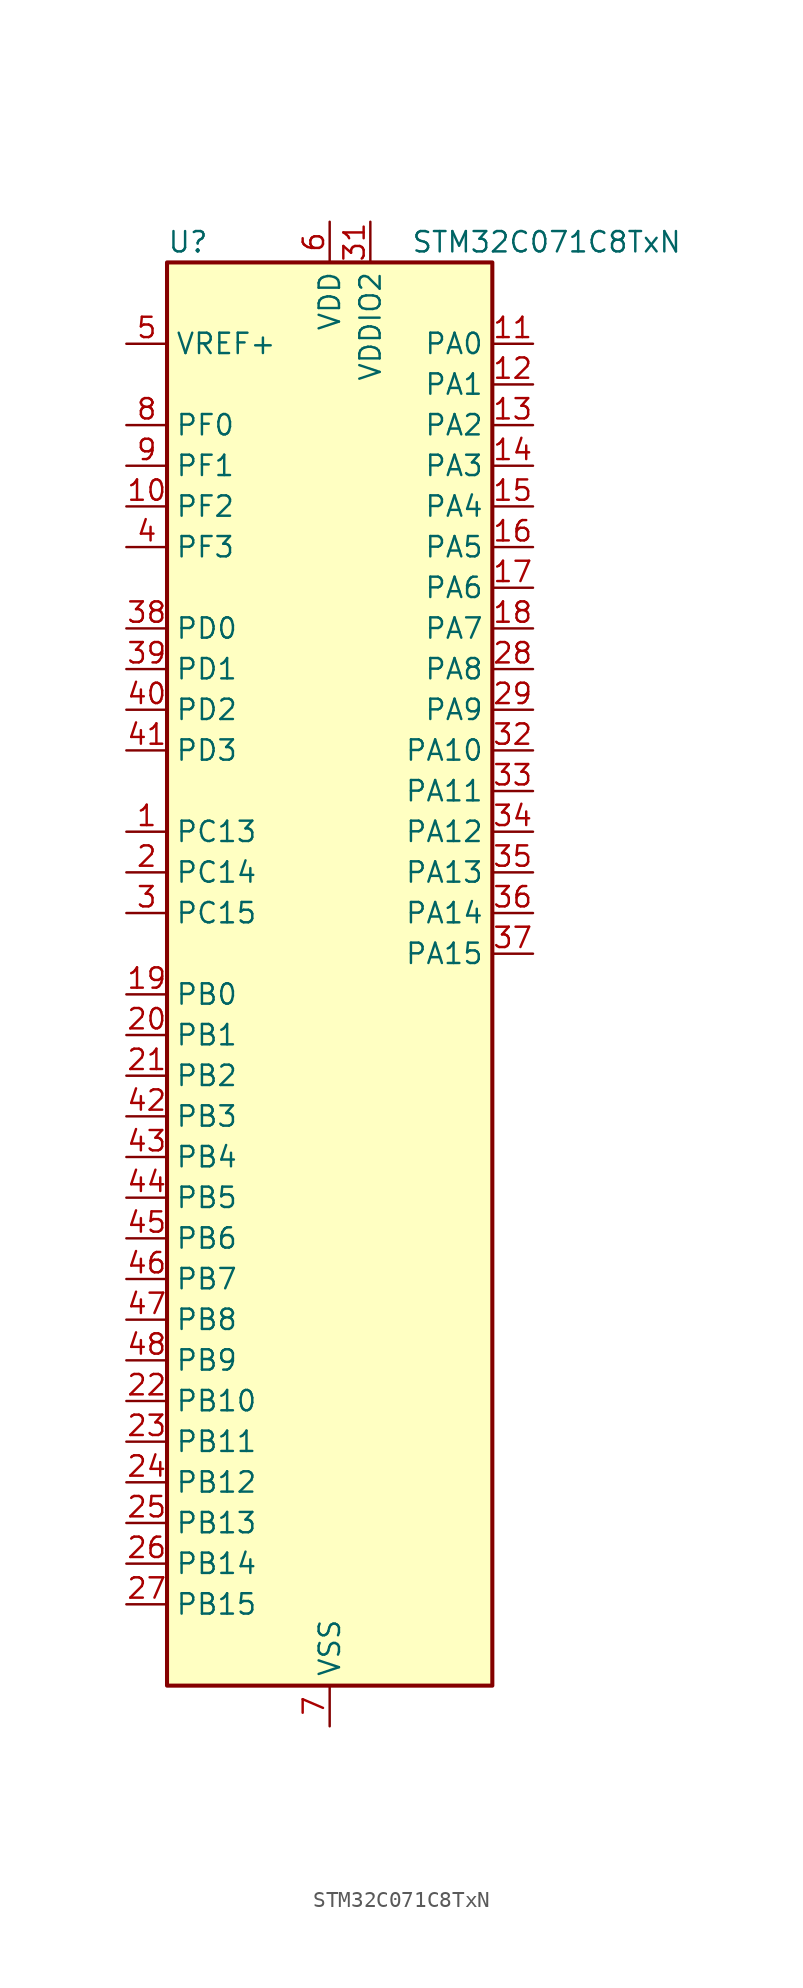
<source format=kicad_sym>
(kicad_symbol_lib
  (version 20241209)
  (generator "kicad_symbol_editor")
  (generator_version "9.0")
  (symbol "STM32C071C8TxN"
    (property "Reference" "U"
      (at -10.16 46.99 0)
      (effects (font (size 1.27 1.27)) (justify left)))
    (property "Value" "STM32C071C8TxN"
      (at 5.08 46.99 0)
      (effects (font (size 1.27 1.27)) (justify left)))
    (symbol "STM32C071C8TxN_0_1"
      (rectangle (start -10.16 -43.18) (end 10.16 45.72) (stroke (width 0.254) (type default)) (fill (type background))))
    (symbol "STM32C071C8TxN_1_1"
      (pin input line (at -12.7 40.64 0) (length 2.54) (name "VREF+" (effects (font (size 1.27 1.27)))) (number "5" (effects (font (size 1.27 1.27)))))
      (pin bidirectional line (at -12.7 35.56 0) (length 2.54) (name "PF0" (effects (font (size 1.27 1.27)))) (number "8" (effects (font (size 1.27 1.27)))) (alternate "CRS_SYNC" bidirectional line) (alternate "RCC_OSC_IN" bidirectional line) (alternate "TIM14_CH1" bidirectional line))
      (pin bidirectional line (at -12.7 33.02 0) (length 2.54) (name "PF1" (effects (font (size 1.27 1.27)))) (number "9" (effects (font (size 1.27 1.27)))) (alternate "RCC_OSC_EN" bidirectional line) (alternate "RCC_OSC_OUT" bidirectional line))
      (pin bidirectional line (at -12.7 30.48 0) (length 2.54) (name "PF2" (effects (font (size 1.27 1.27)))) (number "10" (effects (font (size 1.27 1.27)))) (alternate "RCC_MCO" bidirectional line) (alternate "TIM1_CH4" bidirectional line))
      (pin bidirectional line (at -12.7 27.94 0) (length 2.54) (name "PF3" (effects (font (size 1.27 1.27)))) (number "4" (effects (font (size 1.27 1.27)))))
      (pin bidirectional line (at -12.7 22.86 0) (length 2.54) (name "PD0" (effects (font (size 1.27 1.27)))) (number "38" (effects (font (size 1.27 1.27)))) (alternate "SPI2_NSS" bidirectional line) (alternate "TIM16_CH1" bidirectional line))
      (pin bidirectional line (at -12.7 20.32 0) (length 2.54) (name "PD1" (effects (font (size 1.27 1.27)))) (number "39" (effects (font (size 1.27 1.27)))) (alternate "SPI2_SCK" bidirectional line) (alternate "TIM17_CH1" bidirectional line))
      (pin bidirectional line (at -12.7 17.78 0) (length 2.54) (name "PD2" (effects (font (size 1.27 1.27)))) (number "40" (effects (font (size 1.27 1.27)))) (alternate "TIM1_CH1N" bidirectional line) (alternate "TIM3_ETR" bidirectional line))
      (pin bidirectional line (at -12.7 15.24 0) (length 2.54) (name "PD3" (effects (font (size 1.27 1.27)))) (number "41" (effects (font (size 1.27 1.27)))) (alternate "SPI2_MISO" bidirectional line) (alternate "TIM1_CH2N" bidirectional line) (alternate "USART2_CTS" bidirectional line) (alternate "USART2_NSS" bidirectional line))
      (pin bidirectional line (at -12.7 10.16 0) (length 2.54) (name "PC13" (effects (font (size 1.27 1.27)))) (number "1" (effects (font (size 1.27 1.27)))) (alternate "PWR_WKUP2" bidirectional line) (alternate "RTC_OUT1" bidirectional line) (alternate "RTC_TS" bidirectional line) (alternate "TIM1_BKIN" bidirectional line) (alternate "TIM1_ETR" bidirectional line))
      (pin bidirectional line (at -12.7 7.62 0) (length 2.54) (name "PC14" (effects (font (size 1.27 1.27)))) (number "2" (effects (font (size 1.27 1.27)))) (alternate "I2C1_SDA" bidirectional line) (alternate "IR_OUT" bidirectional line) (alternate "RCC_OSCX_IN" bidirectional line) (alternate "SPI2_NSS" bidirectional line) (alternate "TIM17_CH1" bidirectional line) (alternate "TIM1_BKIN2" bidirectional line) (alternate "TIM1_ETR" bidirectional line) (alternate "TIM3_CH2" bidirectional line) (alternate "USART1_TX" bidirectional line) (alternate "USART2_CK" bidirectional line) (alternate "USART2_DE" bidirectional line) (alternate "USART2_RTS" bidirectional line))
      (pin bidirectional line (at -12.7 5.08 0) (length 2.54) (name "PC15" (effects (font (size 1.27 1.27)))) (number "3" (effects (font (size 1.27 1.27)))) (alternate "RCC_OSC32_EN" bidirectional line) (alternate "RCC_OSCX_OUT" bidirectional line) (alternate "RCC_OSC_EN" bidirectional line) (alternate "TIM1_ETR" bidirectional line) (alternate "TIM3_CH3" bidirectional line))
      (pin bidirectional line (at -12.7 0 0) (length 2.54) (name "PB0" (effects (font (size 1.27 1.27)))) (number "19" (effects (font (size 1.27 1.27)))) (alternate "ADC1_IN17" bidirectional line) (alternate "I2S1_WS" bidirectional line) (alternate "SPI1_NSS" bidirectional line) (alternate "TIM1_CH2N" bidirectional line) (alternate "TIM3_CH3" bidirectional line))
      (pin bidirectional line (at -12.7 -2.54 0) (length 2.54) (name "PB1" (effects (font (size 1.27 1.27)))) (number "20" (effects (font (size 1.27 1.27)))) (alternate "ADC1_IN18" bidirectional line) (alternate "TIM14_CH1" bidirectional line) (alternate "TIM1_CH2N" bidirectional line) (alternate "TIM1_CH3N" bidirectional line) (alternate "TIM3_CH4" bidirectional line))
      (pin bidirectional line (at -12.7 -5.08 0) (length 2.54) (name "PB2" (effects (font (size 1.27 1.27)))) (number "21" (effects (font (size 1.27 1.27)))) (alternate "ADC1_IN19" bidirectional line) (alternate "RCC_MCO2" bidirectional line) (alternate "SPI2_MISO" bidirectional line) (alternate "USART1_RX" bidirectional line))
      (pin bidirectional line (at -12.7 -7.62 0) (length 2.54) (name "PB3" (effects (font (size 1.27 1.27)))) (number "42" (effects (font (size 1.27 1.27)))) (alternate "I2C2_SCL" bidirectional line) (alternate "I2S1_CK" bidirectional line) (alternate "SPI1_SCK" bidirectional line) (alternate "TIM1_CH2" bidirectional line) (alternate "TIM2_CH2" bidirectional line) (alternate "TIM3_CH2" bidirectional line) (alternate "USART1_CK" bidirectional line) (alternate "USART1_DE" bidirectional line) (alternate "USART1_RTS" bidirectional line))
      (pin bidirectional line (at -12.7 -10.16 0) (length 2.54) (name "PB4" (effects (font (size 1.27 1.27)))) (number "43" (effects (font (size 1.27 1.27)))) (alternate "I2C2_SDA" bidirectional line) (alternate "I2S1_MCK" bidirectional line) (alternate "SPI1_MISO" bidirectional line) (alternate "TIM17_BKIN" bidirectional line) (alternate "TIM3_CH1" bidirectional line) (alternate "USART1_CTS" bidirectional line) (alternate "USART1_NSS" bidirectional line))
      (pin bidirectional line (at -12.7 -12.7 0) (length 2.54) (name "PB5" (effects (font (size 1.27 1.27)))) (number "44" (effects (font (size 1.27 1.27)))) (alternate "I2C1_SMBA" bidirectional line) (alternate "I2S1_SD" bidirectional line) (alternate "PWR_WKUP6" bidirectional line) (alternate "SPI1_MOSI" bidirectional line) (alternate "TIM16_BKIN" bidirectional line) (alternate "TIM3_CH2" bidirectional line) (alternate "TIM3_CH3" bidirectional line))
      (pin bidirectional line (at -12.7 -15.24 0) (length 2.54) (name "PB6" (effects (font (size 1.27 1.27)))) (number "45" (effects (font (size 1.27 1.27)))) (alternate "I2C1_SCL" bidirectional line) (alternate "I2C1_SMBA" bidirectional line) (alternate "I2S1_CK" bidirectional line) (alternate "I2S1_MCK" bidirectional line) (alternate "I2S1_SD" bidirectional line) (alternate "PWR_WKUP3" bidirectional line) (alternate "SPI1_MISO" bidirectional line) (alternate "SPI1_MOSI" bidirectional line) (alternate "SPI1_SCK" bidirectional line) (alternate "SPI2_MISO" bidirectional line) (alternate "TIM16_BKIN" bidirectional line) (alternate "TIM16_CH1N" bidirectional line) (alternate "TIM17_BKIN" bidirectional line) (alternate "TIM1_CH2" bidirectional line) (alternate "TIM1_CH3" bidirectional line) (alternate "TIM3_CH1" bidirectional line) (alternate "TIM3_CH2" bidirectional line) (alternate "TIM3_CH3" bidirectional line) (alternate "USART1_CTS" bidirectional line) (alternate "USART1_NSS" bidirectional line) (alternate "USART1_TX" bidirectional line))
      (pin bidirectional line (at -12.7 -17.78 0) (length 2.54) (name "PB7" (effects (font (size 1.27 1.27)))) (number "46" (effects (font (size 1.27 1.27)))) (alternate "I2C1_SCL" bidirectional line) (alternate "I2C1_SDA" bidirectional line) (alternate "SPI2_MOSI" bidirectional line) (alternate "TIM16_CH1" bidirectional line) (alternate "TIM17_CH1N" bidirectional line) (alternate "TIM1_CH4" bidirectional line) (alternate "TIM3_CH1" bidirectional line) (alternate "TIM3_CH4" bidirectional line) (alternate "USART1_RX" bidirectional line) (alternate "USART2_CTS" bidirectional line) (alternate "USART2_NSS" bidirectional line))
      (pin bidirectional line (at -12.7 -20.32 0) (length 2.54) (name "PB8" (effects (font (size 1.27 1.27)))) (number "47" (effects (font (size 1.27 1.27)))) (alternate "I2C1_SCL" bidirectional line) (alternate "SPI2_SCK" bidirectional line) (alternate "TIM16_CH1" bidirectional line) (alternate "TIM3_CH1" bidirectional line) (alternate "USART2_CTS" bidirectional line) (alternate "USART2_NSS" bidirectional line))
      (pin bidirectional line (at -12.7 -22.86 0) (length 2.54) (name "PB9" (effects (font (size 1.27 1.27)))) (number "48" (effects (font (size 1.27 1.27)))) (alternate "I2C1_SDA" bidirectional line) (alternate "IR_OUT" bidirectional line) (alternate "SPI2_NSS" bidirectional line) (alternate "TIM17_CH1" bidirectional line) (alternate "TIM3_CH2" bidirectional line) (alternate "USART2_CK" bidirectional line) (alternate "USART2_DE" bidirectional line) (alternate "USART2_RTS" bidirectional line))
      (pin bidirectional line (at -12.7 -25.4 0) (length 2.54) (name "PB10" (effects (font (size 1.27 1.27)))) (number "22" (effects (font (size 1.27 1.27)))) (alternate "ADC1_IN20" bidirectional line) (alternate "I2C2_SCL" bidirectional line) (alternate "SPI2_SCK" bidirectional line) (alternate "TIM2_CH3" bidirectional line))
      (pin bidirectional line (at -12.7 -27.94 0) (length 2.54) (name "PB11" (effects (font (size 1.27 1.27)))) (number "23" (effects (font (size 1.27 1.27)))) (alternate "ADC1_EXTI11" bidirectional line) (alternate "ADC1_IN21" bidirectional line) (alternate "I2C2_SDA" bidirectional line) (alternate "SPI2_MOSI" bidirectional line) (alternate "TIM2_CH4" bidirectional line))
      (pin bidirectional line (at -12.7 -30.48 0) (length 2.54) (name "PB12" (effects (font (size 1.27 1.27)))) (number "24" (effects (font (size 1.27 1.27)))) (alternate "ADC1_IN22" bidirectional line) (alternate "SPI2_NSS" bidirectional line) (alternate "TIM1_BKIN" bidirectional line) (alternate "TIM1_BKIN2" bidirectional line))
      (pin bidirectional line (at -12.7 -33.02 0) (length 2.54) (name "PB13" (effects (font (size 1.27 1.27)))) (number "25" (effects (font (size 1.27 1.27)))) (alternate "I2C2_SCL" bidirectional line) (alternate "SPI2_SCK" bidirectional line) (alternate "TIM1_CH1N" bidirectional line))
      (pin bidirectional line (at -12.7 -35.56 0) (length 2.54) (name "PB14" (effects (font (size 1.27 1.27)))) (number "26" (effects (font (size 1.27 1.27)))) (alternate "I2C2_SDA" bidirectional line) (alternate "SPI2_MISO" bidirectional line) (alternate "TIM1_CH2N" bidirectional line))
      (pin bidirectional line (at -12.7 -38.1 0) (length 2.54) (name "PB15" (effects (font (size 1.27 1.27)))) (number "27" (effects (font (size 1.27 1.27)))) (alternate "RTC_REFIN" bidirectional line) (alternate "SPI2_MOSI" bidirectional line) (alternate "TIM1_CH3N" bidirectional line))
      (pin power_in line (at 0 48.26 270) (length 2.54) (name "VDD" (effects (font (size 1.27 1.27)))) (number "6" (effects (font (size 1.27 1.27)))))
      (pin passive line (at 0 -45.72 90) (length 2.54) (hide yes) (name "VSS" (effects (font (size 1.27 1.27)))) (number "30" (effects (font (size 1.27 1.27)))))
      (pin power_in line (at 0 -45.72 90) (length 2.54) (name "VSS" (effects (font (size 1.27 1.27)))) (number "7" (effects (font (size 1.27 1.27)))))
      (pin power_in line (at 2.54 48.26 270) (length 2.54) (name "VDDIO2" (effects (font (size 1.27 1.27)))) (number "31" (effects (font (size 1.27 1.27)))))
      (pin bidirectional line (at 12.7 40.64 180) (length 2.54) (name "PA0" (effects (font (size 1.27 1.27)))) (number "11" (effects (font (size 1.27 1.27)))) (alternate "ADC1_IN0" bidirectional line) (alternate "PWR_WKUP1" bidirectional line) (alternate "SPI2_SCK" bidirectional line) (alternate "TIM16_CH1" bidirectional line) (alternate "TIM1_CH1" bidirectional line) (alternate "TIM2_CH1" bidirectional line) (alternate "TIM2_ETR" bidirectional line) (alternate "USART1_TX" bidirectional line) (alternate "USART2_CTS" bidirectional line) (alternate "USART2_NSS" bidirectional line))
      (pin bidirectional line (at 12.7 38.1 180) (length 2.54) (name "PA1" (effects (font (size 1.27 1.27)))) (number "12" (effects (font (size 1.27 1.27)))) (alternate "ADC1_IN1" bidirectional line) (alternate "I2C1_SMBA" bidirectional line) (alternate "I2S1_CK" bidirectional line) (alternate "SPI1_SCK" bidirectional line) (alternate "TIM17_CH1" bidirectional line) (alternate "TIM1_CH2" bidirectional line) (alternate "TIM2_CH2" bidirectional line) (alternate "USART1_RX" bidirectional line) (alternate "USART2_CK" bidirectional line) (alternate "USART2_DE" bidirectional line) (alternate "USART2_RTS" bidirectional line))
      (pin bidirectional line (at 12.7 35.56 180) (length 2.54) (name "PA2" (effects (font (size 1.27 1.27)))) (number "13" (effects (font (size 1.27 1.27)))) (alternate "ADC1_IN2" bidirectional line) (alternate "I2S1_SD" bidirectional line) (alternate "PWR_WKUP4" bidirectional line) (alternate "RCC_LSCO" bidirectional line) (alternate "SPI1_MOSI" bidirectional line) (alternate "TIM16_CH1N" bidirectional line) (alternate "TIM1_CH3" bidirectional line) (alternate "TIM2_CH3" bidirectional line) (alternate "TIM3_ETR" bidirectional line) (alternate "USART2_TX" bidirectional line))
      (pin bidirectional line (at 12.7 33.02 180) (length 2.54) (name "PA3" (effects (font (size 1.27 1.27)))) (number "14" (effects (font (size 1.27 1.27)))) (alternate "ADC1_IN3" bidirectional line) (alternate "SPI2_MISO" bidirectional line) (alternate "TIM1_CH1N" bidirectional line) (alternate "TIM1_CH4" bidirectional line) (alternate "TIM2_CH4" bidirectional line) (alternate "USART2_RX" bidirectional line))
      (pin bidirectional line (at 12.7 30.48 180) (length 2.54) (name "PA4" (effects (font (size 1.27 1.27)))) (number "15" (effects (font (size 1.27 1.27)))) (alternate "ADC1_IN4" bidirectional line) (alternate "I2S1_WS" bidirectional line) (alternate "RTC_OUT2" bidirectional line) (alternate "SPI1_NSS" bidirectional line) (alternate "SPI2_MOSI" bidirectional line) (alternate "TIM14_CH1" bidirectional line) (alternate "TIM17_CH1N" bidirectional line) (alternate "TIM1_CH2N" bidirectional line) (alternate "USART2_TX" bidirectional line) (alternate "USB_NOE" bidirectional line))
      (pin bidirectional line (at 12.7 27.94 180) (length 2.54) (name "PA5" (effects (font (size 1.27 1.27)))) (number "16" (effects (font (size 1.27 1.27)))) (alternate "ADC1_IN5" bidirectional line) (alternate "I2S1_CK" bidirectional line) (alternate "SPI1_SCK" bidirectional line) (alternate "TIM1_CH1" bidirectional line) (alternate "TIM1_CH3N" bidirectional line) (alternate "TIM2_CH1" bidirectional line) (alternate "TIM2_ETR" bidirectional line) (alternate "USART2_RX" bidirectional line))
      (pin bidirectional line (at 12.7 25.4 180) (length 2.54) (name "PA6" (effects (font (size 1.27 1.27)))) (number "17" (effects (font (size 1.27 1.27)))) (alternate "ADC1_IN6" bidirectional line) (alternate "I2C2_SDA" bidirectional line) (alternate "I2S1_MCK" bidirectional line) (alternate "SPI1_MISO" bidirectional line) (alternate "TIM16_CH1" bidirectional line) (alternate "TIM1_BKIN" bidirectional line) (alternate "TIM3_CH1" bidirectional line))
      (pin bidirectional line (at 12.7 22.86 180) (length 2.54) (name "PA7" (effects (font (size 1.27 1.27)))) (number "18" (effects (font (size 1.27 1.27)))) (alternate "ADC1_IN7" bidirectional line) (alternate "I2C2_SCL" bidirectional line) (alternate "I2S1_SD" bidirectional line) (alternate "SPI1_MOSI" bidirectional line) (alternate "TIM14_CH1" bidirectional line) (alternate "TIM17_CH1" bidirectional line) (alternate "TIM1_CH1N" bidirectional line) (alternate "TIM3_CH2" bidirectional line))
      (pin bidirectional line (at 12.7 20.32 180) (length 2.54) (name "PA8" (effects (font (size 1.27 1.27)))) (number "28" (effects (font (size 1.27 1.27)))) (alternate "ADC1_IN8" bidirectional line) (alternate "CRS_SYNC" bidirectional line) (alternate "I2S1_WS" bidirectional line) (alternate "RCC_MCO" bidirectional line) (alternate "RCC_MCO2" bidirectional line) (alternate "SPI1_NSS" bidirectional line) (alternate "SPI2_MISO" bidirectional line) (alternate "SPI2_NSS" bidirectional line) (alternate "TIM14_CH1" bidirectional line) (alternate "TIM1_CH1" bidirectional line) (alternate "TIM1_CH2N" bidirectional line) (alternate "TIM1_CH3N" bidirectional line) (alternate "TIM3_CH3" bidirectional line) (alternate "TIM3_CH4" bidirectional line) (alternate "USART1_RX" bidirectional line) (alternate "USART2_TX" bidirectional line))
      (pin bidirectional line (at 12.7 17.78 180) (length 2.54) (name "PA9" (effects (font (size 1.27 1.27)))) (number "29" (effects (font (size 1.27 1.27)))) (alternate "I2C1_SCL" bidirectional line) (alternate "I2C2_SCL" bidirectional line) (alternate "RCC_MCO" bidirectional line) (alternate "SPI2_MISO" bidirectional line) (alternate "TIM1_CH2" bidirectional line) (alternate "TIM3_ETR" bidirectional line) (alternate "USART1_TX" bidirectional line))
      (pin bidirectional line (at 12.7 15.24 180) (length 2.54) (name "PA10" (effects (font (size 1.27 1.27)))) (number "32" (effects (font (size 1.27 1.27)))) (alternate "I2C1_SDA" bidirectional line) (alternate "I2C2_SDA" bidirectional line) (alternate "RCC_MCO2" bidirectional line) (alternate "SPI2_MOSI" bidirectional line) (alternate "TIM17_BKIN" bidirectional line) (alternate "TIM1_CH3" bidirectional line) (alternate "USART1_RX" bidirectional line))
      (pin bidirectional line (at 12.7 12.7 180) (length 2.54) (name "PA11" (effects (font (size 1.27 1.27)))) (number "33" (effects (font (size 1.27 1.27)))) (alternate "ADC1_EXTI11" bidirectional line) (alternate "I2C2_SCL" bidirectional line) (alternate "I2S1_MCK" bidirectional line) (alternate "SPI1_MISO" bidirectional line) (alternate "TIM1_BKIN2" bidirectional line) (alternate "TIM1_CH4" bidirectional line) (alternate "USART1_CTS" bidirectional line) (alternate "USART1_NSS" bidirectional line) (alternate "USB_DM" bidirectional line))
      (pin bidirectional line (at 12.7 10.16 180) (length 2.54) (name "PA12" (effects (font (size 1.27 1.27)))) (number "34" (effects (font (size 1.27 1.27)))) (alternate "I2C2_SDA" bidirectional line) (alternate "I2S1_SD" bidirectional line) (alternate "I2S_CKIN" bidirectional line) (alternate "SPI1_MOSI" bidirectional line) (alternate "TIM1_ETR" bidirectional line) (alternate "USART1_CK" bidirectional line) (alternate "USART1_DE" bidirectional line) (alternate "USART1_RTS" bidirectional line) (alternate "USB_DP" bidirectional line))
      (pin bidirectional line (at 12.7 7.62 180) (length 2.54) (name "PA13" (effects (font (size 1.27 1.27)))) (number "35" (effects (font (size 1.27 1.27)))) (alternate "ADC1_IN13" bidirectional line) (alternate "DEBUG_SWDIO" bidirectional line) (alternate "IR_OUT" bidirectional line) (alternate "TIM3_ETR" bidirectional line) (alternate "USART2_RX" bidirectional line) (alternate "USB_NOE" bidirectional line))
      (pin bidirectional line (at 12.7 5.08 180) (length 2.54) (name "PA14" (effects (font (size 1.27 1.27)))) (number "36" (effects (font (size 1.27 1.27)))) (alternate "ADC1_IN14" bidirectional line) (alternate "DEBUG_SWCLK" bidirectional line) (alternate "I2S1_WS" bidirectional line) (alternate "RCC_MCO2" bidirectional line) (alternate "SPI1_NSS" bidirectional line) (alternate "TIM1_CH1" bidirectional line) (alternate "USART1_CK" bidirectional line) (alternate "USART1_DE" bidirectional line) (alternate "USART1_RTS" bidirectional line) (alternate "USART2_RX" bidirectional line) (alternate "USART2_TX" bidirectional line))
      (pin bidirectional line (at 12.7 2.54 180) (length 2.54) (name "PA15" (effects (font (size 1.27 1.27)))) (number "37" (effects (font (size 1.27 1.27)))) (alternate "I2S1_WS" bidirectional line) (alternate "RCC_MCO2" bidirectional line) (alternate "SPI1_NSS" bidirectional line) (alternate "TIM1_CH1" bidirectional line) (alternate "TIM2_CH1" bidirectional line) (alternate "TIM2_ETR" bidirectional line) (alternate "USART1_CK" bidirectional line) (alternate "USART1_DE" bidirectional line) (alternate "USART1_RTS" bidirectional line) (alternate "USART2_RX" bidirectional line) (alternate "USB_NOE" bidirectional line)))))
</source>
